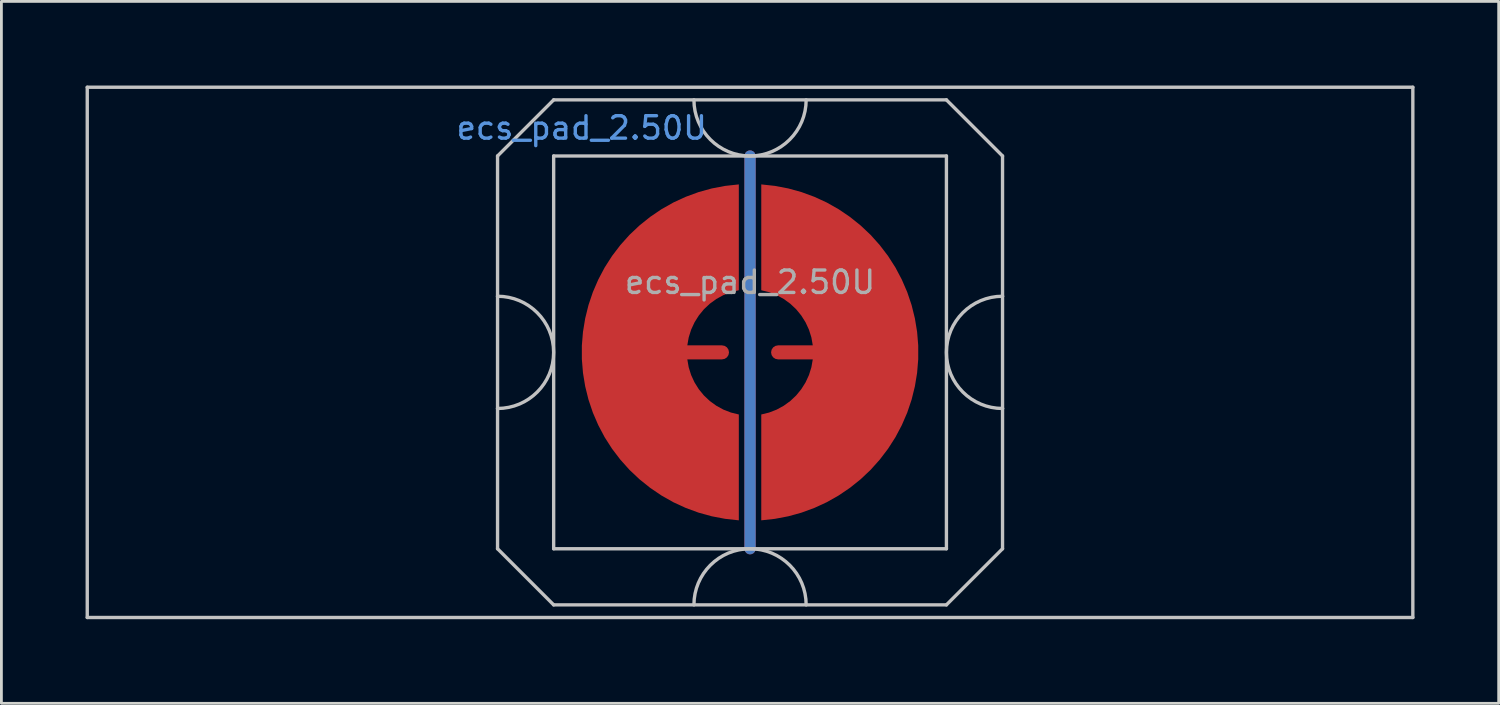
<source format=kicad_pcb>
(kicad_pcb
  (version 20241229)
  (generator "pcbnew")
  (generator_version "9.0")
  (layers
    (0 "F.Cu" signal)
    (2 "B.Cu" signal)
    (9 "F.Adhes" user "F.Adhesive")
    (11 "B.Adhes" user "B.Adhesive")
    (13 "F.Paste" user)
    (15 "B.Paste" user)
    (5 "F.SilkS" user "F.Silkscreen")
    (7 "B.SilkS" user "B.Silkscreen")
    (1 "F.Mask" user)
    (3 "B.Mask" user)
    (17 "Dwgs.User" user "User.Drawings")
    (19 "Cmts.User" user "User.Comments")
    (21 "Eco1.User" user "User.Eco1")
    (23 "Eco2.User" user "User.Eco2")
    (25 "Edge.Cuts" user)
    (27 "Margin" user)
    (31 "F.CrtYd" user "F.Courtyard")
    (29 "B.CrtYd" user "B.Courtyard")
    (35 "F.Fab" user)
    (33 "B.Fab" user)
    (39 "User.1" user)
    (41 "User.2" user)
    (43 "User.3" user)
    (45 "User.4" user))
  (footprint "ecs_pad_2.50U"
    (layer "F.Cu")
    (at 23.685 9.51)
    (property "Reference" "ecs_pad_2.50U" (at -6 -8 0) (layer "Cmts.User") (effects (font (size 0.8 0.8) (thickness 0.12))))
    (attr smd)
    (fp_line (start -23.625 -9.45) (end 23.625 -9.45) (stroke (width 0.12) (type solid)) (layer "Dwgs.User"))
    (fp_line (start -23.625 9.45) (end -23.625 -9.45) (stroke (width 0.12) (type solid)) (layer "Dwgs.User"))
    (fp_line (start -9 -7) (end -9 -2) (stroke (width 0.12) (type solid)) (layer "Dwgs.User"))
    (fp_line (start -9 -2) (end -9 2) (stroke (width 0.12) (type solid)) (layer "Dwgs.User"))
    (fp_line (start -9 2) (end -9 7) (stroke (width 0.12) (type solid)) (layer "Dwgs.User"))
    (fp_line (start -9 7) (end -7 9) (stroke (width 0.12) (type solid)) (layer "Dwgs.User"))
    (fp_line (start -7 -9) (end -9 -7) (stroke (width 0.12) (type solid)) (layer "Dwgs.User"))
    (fp_line (start -7 -7) (end -7 7) (stroke (width 0.12) (type solid)) (layer "Dwgs.User"))
    (fp_line (start -7 7) (end 7 7) (stroke (width 0.12) (type solid)) (layer "Dwgs.User"))
    (fp_line (start -7 9) (end 7 9) (stroke (width 0.12) (type solid)) (layer "Dwgs.User"))
    (fp_line (start 7 -9) (end -7 -9) (stroke (width 0.12) (type solid)) (layer "Dwgs.User"))
    (fp_line (start 7 -9) (end 9 -7) (stroke (width 0.12) (type solid)) (layer "Dwgs.User"))
    (fp_line (start 7 -7) (end -7 -7) (stroke (width 0.12) (type solid)) (layer "Dwgs.User"))
    (fp_line (start 7 7) (end 7 -7) (stroke (width 0.12) (type solid)) (layer "Dwgs.User"))
    (fp_line (start 7 9) (end 9 7) (stroke (width 0.12) (type solid)) (layer "Dwgs.User"))
    (fp_line (start 9 -2) (end 9 -7) (stroke (width 0.12) (type solid)) (layer "Dwgs.User"))
    (fp_line (start 9 -2) (end 9 2) (stroke (width 0.12) (type solid)) (layer "Dwgs.User"))
    (fp_line (start 9 7) (end 9 2) (stroke (width 0.12) (type solid)) (layer "Dwgs.User"))
    (fp_line (start 23.625 -9.45) (end 23.625 9.45) (stroke (width 0.12) (type solid)) (layer "Dwgs.User"))
    (fp_line (start 23.625 9.45) (end -23.625 9.45) (stroke (width 0.12) (type solid)) (layer "Dwgs.User"))
    (fp_arc (start -9 -2) (mid -7 0) (end -9 2) (stroke (width 0.12) (type solid)) (layer "Dwgs.User"))
    (fp_arc (start -2 9) (mid 0 7) (end 2 9) (stroke (width 0.12) (type solid)) (layer "Dwgs.User"))
    (fp_arc (start 2 -9) (mid 0 -7) (end -2 -9) (stroke (width 0.12) (type solid)) (layer "Dwgs.User"))
    (fp_arc (start 9 2) (mid 7 0) (end 9 -2) (stroke (width 0.12) (type solid)) (layer "Dwgs.User"))
    (fp_circle (center 0 0) (end 6.553 0) (stroke (width 0.12) (type solid)) (fill no) (layer "User.3"))
    (fp_text user "${REFERENCE}" (at 0 -2.5 0) (layer "F.Fab") (effects (font (size 0.8 0.8) (thickness 0.12))))
    (pad "1" smd custom (at -1 0) (size 0.4 0.4) (layers "F.Cu") (options (anchor circle)) (primitives (gr_poly (pts (xy 0.6 -2.214) (xy 0.32 -2.145) (xy 0.052 -2.041) (xy -0.201 -1.903) (xy -0.434 -1.734) (xy -0.644 -1.536) (xy -0.826 -1.314) (xy -0.979 -1.07) (xy -1.1 -0.808) (xy -1.186 -0.534) (xy -1.236 -0.25) (xy 0 -0.25) (xy 0.096 -0.231) (xy 0.177 -0.177) (xy 0.231 -0.096) (xy 0.25 0) (xy 0.231 0.096) (xy 0.177 0.177) (xy 0.096 0.231) (xy 0 0.25) (xy -1.236 0.25) (xy -1.186 0.534) (xy -1.1 0.808) (xy -0.979 1.07) (xy -0.826 1.314) (xy -0.644 1.536) (xy -0.434 1.734) (xy -0.201 1.903) (xy 0.052 2.041) (xy 0.32 2.145) (xy 0.6 2.214) (xy 0.6 5.987) (xy 0.115 5.934) (xy -0.364 5.843) (xy -0.834 5.713) (xy -1.292 5.545) (xy -1.735 5.341) (xy -2.159 5.101) (xy -2.563 4.827) (xy -2.943 4.522) (xy -3.298 4.187) (xy -3.623 3.824) (xy -3.919 3.436) (xy -4.182 3.025) (xy -4.41 2.594) (xy -4.603 2.147) (xy -4.759 1.684) (xy -4.876 1.211) (xy -4.955 0.73) (xy -4.995 0.244) (xy -4.995 -0.244) (xy -4.955 -0.73) (xy -4.876 -1.211) (xy -4.759 -1.684) (xy -4.603 -2.147) (xy -4.41 -2.594) (xy -4.182 -3.025) (xy -3.919 -3.436) (xy -3.623 -3.824) (xy -3.298 -4.187) (xy -2.943 -4.522) (xy -2.563 -4.827) (xy -2.159 -5.101) (xy -1.735 -5.341) (xy -1.292 -5.545) (xy -0.834 -5.713) (xy -0.364 -5.843) (xy 0.115 -5.934) (xy 0.6 -5.987)) (width 0) (fill yes))))
    (pad "2" smd custom (at 1 0 180) (size 0.4 0.4) (layers "F.Cu") (options (anchor circle)) (primitives (gr_poly (pts (xy 0.6 -2.214) (xy 0.32 -2.145) (xy 0.052 -2.041) (xy -0.201 -1.903) (xy -0.434 -1.734) (xy -0.644 -1.536) (xy -0.826 -1.314) (xy -0.979 -1.07) (xy -1.1 -0.808) (xy -1.186 -0.534) (xy -1.236 -0.25) (xy 0 -0.25) (xy 0.096 -0.231) (xy 0.177 -0.177) (xy 0.231 -0.096) (xy 0.25 0) (xy 0.231 0.096) (xy 0.177 0.177) (xy 0.096 0.231) (xy 0 0.25) (xy -1.236 0.25) (xy -1.186 0.534) (xy -1.1 0.808) (xy -0.979 1.07) (xy -0.826 1.314) (xy -0.644 1.536) (xy -0.434 1.734) (xy -0.201 1.903) (xy 0.052 2.041) (xy 0.32 2.145) (xy 0.6 2.214) (xy 0.6 5.987) (xy 0.115 5.934) (xy -0.364 5.843) (xy -0.834 5.713) (xy -1.292 5.545) (xy -1.735 5.341) (xy -2.159 5.101) (xy -2.563 4.827) (xy -2.943 4.522) (xy -3.298 4.187) (xy -3.623 3.824) (xy -3.919 3.436) (xy -4.182 3.025) (xy -4.41 2.594) (xy -4.603 2.147) (xy -4.759 1.684) (xy -4.876 1.211) (xy -4.955 0.73) (xy -4.995 0.244) (xy -4.995 -0.244) (xy -4.955 -0.73) (xy -4.876 -1.211) (xy -4.759 -1.684) (xy -4.603 -2.147) (xy -4.41 -2.594) (xy -4.182 -3.025) (xy -3.919 -3.436) (xy -3.623 -3.824) (xy -3.298 -4.187) (xy -2.943 -4.522) (xy -2.563 -4.827) (xy -2.159 -5.101) (xy -1.735 -5.341) (xy -1.292 -5.545) (xy -0.834 -5.713) (xy -0.364 -5.843) (xy 0.115 -5.934) (xy 0.6 -5.987)) (width 0) (fill yes))))
    (pad "3" smd custom (at 0 -7) (size 0.4 0.4) (layers "F.Cu") (options (anchor circle)) (primitives (gr_line (start 0 0) (end 0 14) (width 0.4))))
    (pad "3" smd custom (at 0 -7) (size 0.4 0.4) (layers "B.Cu") (options (anchor circle)) (primitives (gr_line (start 0 0) (end 0 14) (width 0.4))))
    (zone (net_name "") (layer "B.Cu") (hatch edge 0.508) (connect_pads) (min_thickness 0.254) (filled_areas_thickness no) (keepout (tracks allowed) (vias allowed) (pads allowed) (copperpour not_allowed) (footprints allowed)) (placement (enabled no)) (fill) (polygon (pts (xy 30.243 9.51) (xy 30.223 8.995) (xy 30.163 8.484) (xy 30.062 7.979) (xy 29.922 7.483) (xy 29.744 7) (xy 29.528 6.533) (xy 29.277 6.083) (xy 28.991 5.655) (xy 28.672 5.251) (xy 28.322 4.873) (xy 27.944 4.523) (xy 27.54 4.204) (xy 27.112 3.918) (xy 26.662 3.667) (xy 26.195 3.451) (xy 25.712 3.273) (xy 25.216 3.133) (xy 24.711 3.032) (xy 24.2 2.972) (xy 23.685 2.952) (xy 23.17 2.972) (xy 22.659 3.032) (xy 22.154 3.133) (xy 21.658 3.273) (xy 21.175 3.451) (xy 20.708 3.667) (xy 20.258 3.918) (xy 19.83 4.204) (xy 19.426 4.523) (xy 19.048 4.873) (xy 18.698 5.251) (xy 18.379 5.655) (xy 18.093 6.083) (xy 17.842 6.533) (xy 17.626 7) (xy 17.448 7.483) (xy 17.308 7.979) (xy 17.207 8.484) (xy 17.147 8.995) (xy 17.127 9.51) (xy 17.147 10.025) (xy 17.207 10.536) (xy 17.308 11.041) (xy 17.448 11.537) (xy 17.626 12.02) (xy 17.842 12.487) (xy 18.093 12.937) (xy 18.379 13.365) (xy 18.698 13.769) (xy 19.048 14.147) (xy 19.426 14.497) (xy 19.83 14.816) (xy 20.258 15.102) (xy 20.708 15.353) (xy 21.175 15.569) (xy 21.658 15.747) (xy 22.154 15.887) (xy 22.659 15.988) (xy 23.17 16.048) (xy 23.685 16.068) (xy 24.2 16.048) (xy 24.711 15.988) (xy 25.216 15.887) (xy 25.712 15.747) (xy 26.195 15.569) (xy 26.662 15.353) (xy 27.112 15.102) (xy 27.54 14.816) (xy 27.944 14.497) (xy 28.322 14.147) (xy 28.672 13.769) (xy 28.991 13.365) (xy 29.277 12.937) (xy 29.528 12.487) (xy 29.744 12.02) (xy 29.922 11.537) (xy 30.062 11.041) (xy 30.163 10.536) (xy 30.223 10.025)))))
  (gr_rect
    (start -3 -3)
    (end 50.37 22.02)
    (stroke (width 0.1) (type default))
    (fill no)
    (layer "Edge.Cuts")))
</source>
